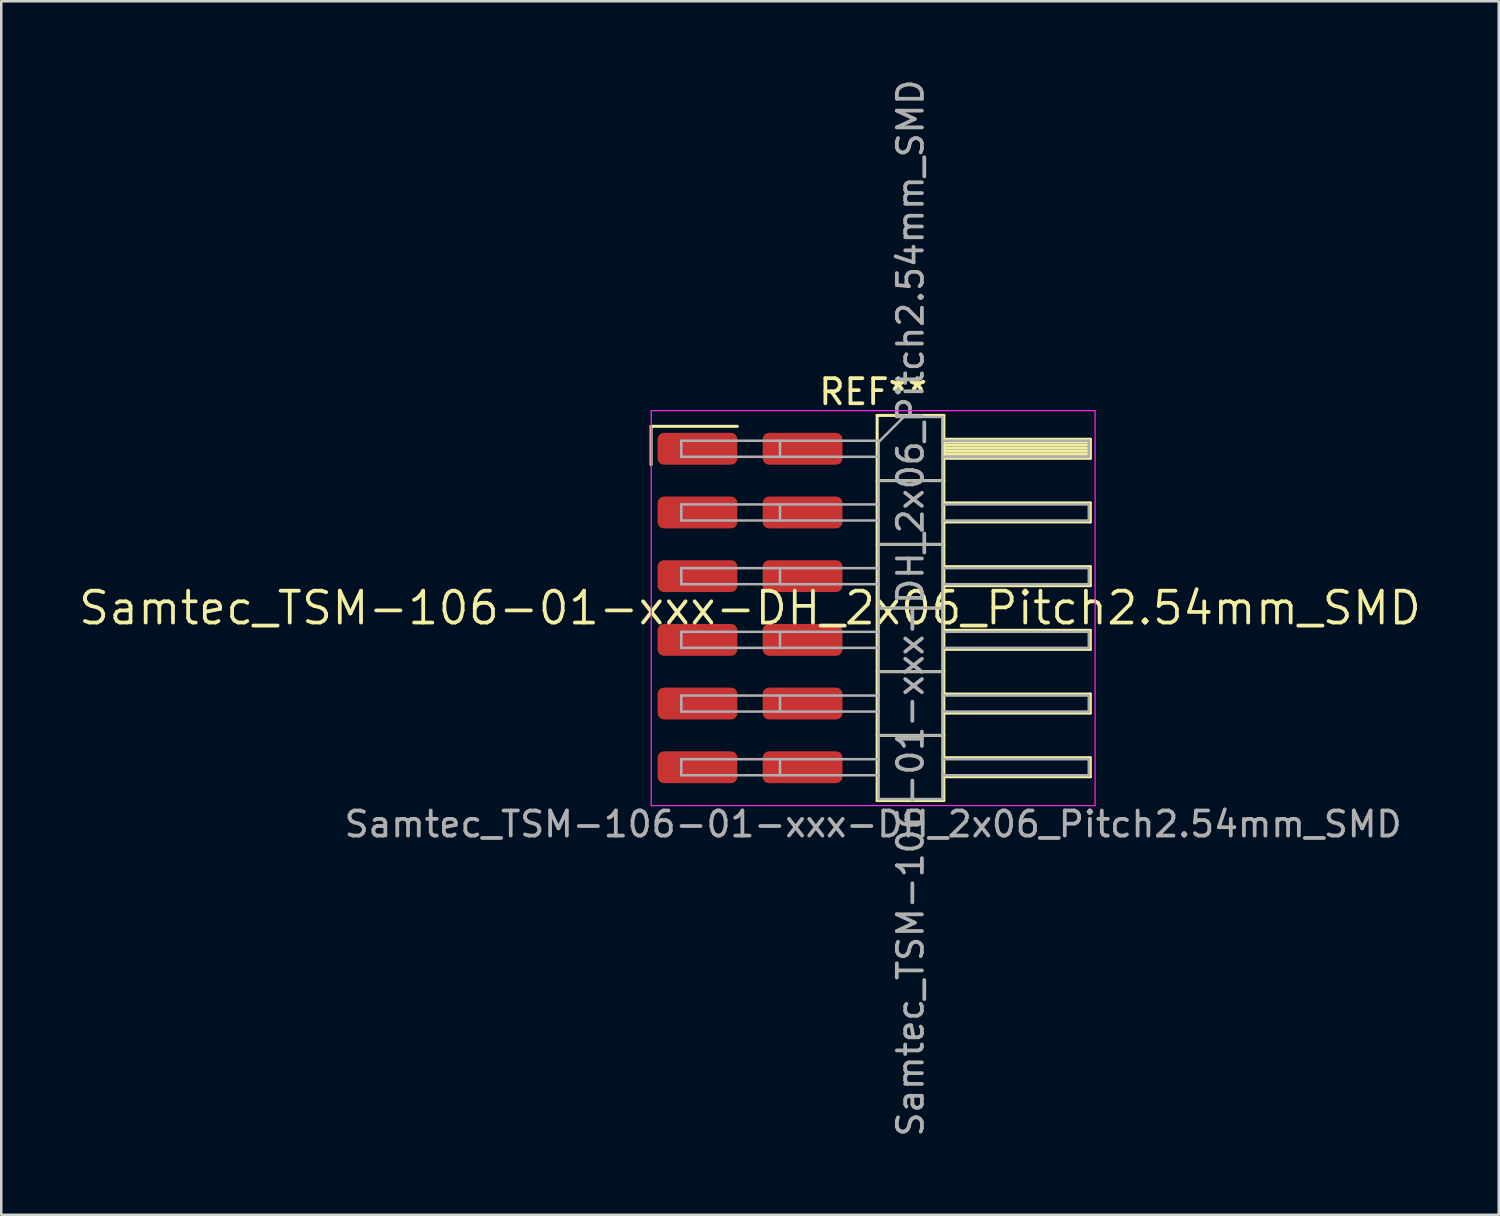
<source format=kicad_pcb>
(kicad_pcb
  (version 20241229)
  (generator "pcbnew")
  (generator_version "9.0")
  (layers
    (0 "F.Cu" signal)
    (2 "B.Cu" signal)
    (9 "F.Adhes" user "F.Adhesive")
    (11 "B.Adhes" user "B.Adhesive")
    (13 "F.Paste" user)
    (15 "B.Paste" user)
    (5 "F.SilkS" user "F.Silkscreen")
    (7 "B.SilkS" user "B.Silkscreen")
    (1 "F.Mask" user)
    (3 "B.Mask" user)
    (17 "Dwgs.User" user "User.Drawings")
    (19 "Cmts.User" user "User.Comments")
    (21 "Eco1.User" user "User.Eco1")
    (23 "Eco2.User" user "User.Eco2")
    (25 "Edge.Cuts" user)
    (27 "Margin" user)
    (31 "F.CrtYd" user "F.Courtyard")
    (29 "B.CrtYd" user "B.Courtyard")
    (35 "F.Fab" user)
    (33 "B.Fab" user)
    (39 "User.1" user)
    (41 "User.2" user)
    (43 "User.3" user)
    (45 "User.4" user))
  (footprint "Samtec_TSM-106-01-xxx-DH_2x06_Pitch2.54mm_SMD"
    (layer "F.Cu")
    (at 26.859 21.196)
    (property "Reference" "Samtec_TSM-106-01-xxx-DH_2x06_Pitch2.54mm_SMD" (at 0 0 0) (layer "F.SilkS") (effects (font (size 1.27 1.27) (thickness 0.15))))
    (attr smd)
    (fp_line (start -3.945 -7.245) (end -0.505 -7.245) (stroke (width 0.12) (type solid)) (layer "F.SilkS"))
    (fp_line (start -3.945 -5.715) (end -3.945 -7.245) (stroke (width 0.12) (type solid)) (layer "F.SilkS"))
    (fp_line (start 5.07 -7.68) (end 7.73 -7.68) (stroke (width 0.12) (type solid)) (layer "F.SilkS"))
    (fp_line (start 5.07 -5.08) (end 7.73 -5.08) (stroke (width 0.12) (type solid)) (layer "F.SilkS"))
    (fp_line (start 5.07 -2.54) (end 7.73 -2.54) (stroke (width 0.12) (type solid)) (layer "F.SilkS"))
    (fp_line (start 5.07 0) (end 7.73 0) (stroke (width 0.12) (type solid)) (layer "F.SilkS"))
    (fp_line (start 5.07 2.54) (end 7.73 2.54) (stroke (width 0.12) (type solid)) (layer "F.SilkS"))
    (fp_line (start 5.07 5.08) (end 7.73 5.08) (stroke (width 0.12) (type solid)) (layer "F.SilkS"))
    (fp_line (start 5.07 7.68) (end 5.07 -7.68) (stroke (width 0.12) (type solid)) (layer "F.SilkS"))
    (fp_line (start 7.73 -7.68) (end 7.73 7.68) (stroke (width 0.12) (type solid)) (layer "F.SilkS"))
    (fp_line (start 7.73 -6.73) (end 13.57 -6.73) (stroke (width 0.12) (type solid)) (layer "F.SilkS"))
    (fp_line (start 7.73 -6.61) (end 13.57 -6.61) (stroke (width 0.12) (type solid)) (layer "F.SilkS"))
    (fp_line (start 7.73 -6.49) (end 13.57 -6.49) (stroke (width 0.12) (type solid)) (layer "F.SilkS"))
    (fp_line (start 7.73 -6.37) (end 13.57 -6.37) (stroke (width 0.12) (type solid)) (layer "F.SilkS"))
    (fp_line (start 7.73 -6.25) (end 13.57 -6.25) (stroke (width 0.12) (type solid)) (layer "F.SilkS"))
    (fp_line (start 7.73 -6.13) (end 13.57 -6.13) (stroke (width 0.12) (type solid)) (layer "F.SilkS"))
    (fp_line (start 7.73 -6.01) (end 13.57 -6.01) (stroke (width 0.12) (type solid)) (layer "F.SilkS"))
    (fp_line (start 7.73 -5.97) (end 13.57 -5.97) (stroke (width 0.12) (type solid)) (layer "F.SilkS"))
    (fp_line (start 7.73 -4.19) (end 13.57 -4.19) (stroke (width 0.12) (type solid)) (layer "F.SilkS"))
    (fp_line (start 7.73 -3.43) (end 13.57 -3.43) (stroke (width 0.12) (type solid)) (layer "F.SilkS"))
    (fp_line (start 7.73 -1.65) (end 13.57 -1.65) (stroke (width 0.12) (type solid)) (layer "F.SilkS"))
    (fp_line (start 7.73 -0.89) (end 13.57 -0.89) (stroke (width 0.12) (type solid)) (layer "F.SilkS"))
    (fp_line (start 7.73 0.89) (end 13.57 0.89) (stroke (width 0.12) (type solid)) (layer "F.SilkS"))
    (fp_line (start 7.73 1.65) (end 13.57 1.65) (stroke (width 0.12) (type solid)) (layer "F.SilkS"))
    (fp_line (start 7.73 3.43) (end 13.57 3.43) (stroke (width 0.12) (type solid)) (layer "F.SilkS"))
    (fp_line (start 7.73 4.19) (end 13.57 4.19) (stroke (width 0.12) (type solid)) (layer "F.SilkS"))
    (fp_line (start 7.73 5.97) (end 13.57 5.97) (stroke (width 0.12) (type solid)) (layer "F.SilkS"))
    (fp_line (start 7.73 6.73) (end 13.57 6.73) (stroke (width 0.12) (type solid)) (layer "F.SilkS"))
    (fp_line (start 7.73 7.68) (end 5.07 7.68) (stroke (width 0.12) (type solid)) (layer "F.SilkS"))
    (fp_line (start 13.57 -6.73) (end 13.57 -5.97) (stroke (width 0.12) (type solid)) (layer "F.SilkS"))
    (fp_line (start 13.57 -4.19) (end 13.57 -3.43) (stroke (width 0.12) (type solid)) (layer "F.SilkS"))
    (fp_line (start 13.57 -1.65) (end 13.57 -0.89) (stroke (width 0.12) (type solid)) (layer "F.SilkS"))
    (fp_line (start 13.57 0.89) (end 13.57 1.65) (stroke (width 0.12) (type solid)) (layer "F.SilkS"))
    (fp_line (start 13.57 3.43) (end 13.57 4.19) (stroke (width 0.12) (type solid)) (layer "F.SilkS"))
    (fp_line (start 13.57 5.97) (end 13.57 6.73) (stroke (width 0.12) (type solid)) (layer "F.SilkS"))
    (fp_line (start -3.94 -7.87) (end 13.76 -7.87) (stroke (width 0.05) (type solid)) (layer "F.CrtYd"))
    (fp_line (start -3.94 7.88) (end -3.94 -7.87) (stroke (width 0.05) (type solid)) (layer "F.CrtYd"))
    (fp_line (start 13.76 -7.87) (end 13.76 7.88) (stroke (width 0.05) (type solid)) (layer "F.CrtYd"))
    (fp_line (start 13.76 7.88) (end -3.94 7.88) (stroke (width 0.05) (type solid)) (layer "F.CrtYd"))
    (fp_line (start -2.74 -6.67) (end -2.74 -6.03) (stroke (width 0.1) (type solid)) (layer "F.Fab"))
    (fp_line (start -2.74 -6.67) (end 5.13 -6.67) (stroke (width 0.1) (type solid)) (layer "F.Fab"))
    (fp_line (start -2.74 -6.03) (end 5.13 -6.03) (stroke (width 0.1) (type solid)) (layer "F.Fab"))
    (fp_line (start -2.74 -4.13) (end -2.74 -3.49) (stroke (width 0.1) (type solid)) (layer "F.Fab"))
    (fp_line (start -2.74 -4.13) (end 5.13 -4.13) (stroke (width 0.1) (type solid)) (layer "F.Fab"))
    (fp_line (start -2.74 -3.49) (end 5.13 -3.49) (stroke (width 0.1) (type solid)) (layer "F.Fab"))
    (fp_line (start -2.74 -1.59) (end -2.74 -0.95) (stroke (width 0.1) (type solid)) (layer "F.Fab"))
    (fp_line (start -2.74 -1.59) (end 5.13 -1.59) (stroke (width 0.1) (type solid)) (layer "F.Fab"))
    (fp_line (start -2.74 -0.95) (end 5.13 -0.95) (stroke (width 0.1) (type solid)) (layer "F.Fab"))
    (fp_line (start -2.74 0.95) (end -2.74 1.59) (stroke (width 0.1) (type solid)) (layer "F.Fab"))
    (fp_line (start -2.74 0.95) (end 5.13 0.95) (stroke (width 0.1) (type solid)) (layer "F.Fab"))
    (fp_line (start -2.74 1.59) (end 5.13 1.59) (stroke (width 0.1) (type solid)) (layer "F.Fab"))
    (fp_line (start -2.74 3.49) (end -2.74 4.13) (stroke (width 0.1) (type solid)) (layer "F.Fab"))
    (fp_line (start -2.74 3.49) (end 5.13 3.49) (stroke (width 0.1) (type solid)) (layer "F.Fab"))
    (fp_line (start -2.74 4.13) (end 5.13 4.13) (stroke (width 0.1) (type solid)) (layer "F.Fab"))
    (fp_line (start -2.74 6.03) (end -2.74 6.67) (stroke (width 0.1) (type solid)) (layer "F.Fab"))
    (fp_line (start -2.74 6.03) (end 5.13 6.03) (stroke (width 0.1) (type solid)) (layer "F.Fab"))
    (fp_line (start -2.74 6.67) (end 5.13 6.67) (stroke (width 0.1) (type solid)) (layer "F.Fab"))
    (fp_line (start 1.195 -6.67) (end 1.195 -6.03) (stroke (width 0.1) (type solid)) (layer "F.Fab"))
    (fp_line (start 1.195 -4.13) (end 1.195 -3.49) (stroke (width 0.1) (type solid)) (layer "F.Fab"))
    (fp_line (start 1.195 -1.59) (end 1.195 -0.95) (stroke (width 0.1) (type solid)) (layer "F.Fab"))
    (fp_line (start 1.195 0.95) (end 1.195 1.59) (stroke (width 0.1) (type solid)) (layer "F.Fab"))
    (fp_line (start 1.195 3.49) (end 1.195 4.13) (stroke (width 0.1) (type solid)) (layer "F.Fab"))
    (fp_line (start 1.195 6.03) (end 1.195 6.67) (stroke (width 0.1) (type solid)) (layer "F.Fab"))
    (fp_line (start 5.13 -6.62) (end 6.13 -7.62) (stroke (width 0.1) (type solid)) (layer "F.Fab"))
    (fp_line (start 5.13 -5.08) (end 7.67 -5.08) (stroke (width 0.1) (type solid)) (layer "F.Fab"))
    (fp_line (start 5.13 -2.54) (end 7.67 -2.54) (stroke (width 0.1) (type solid)) (layer "F.Fab"))
    (fp_line (start 5.13 0) (end 7.67 0) (stroke (width 0.1) (type solid)) (layer "F.Fab"))
    (fp_line (start 5.13 2.54) (end 7.67 2.54) (stroke (width 0.1) (type solid)) (layer "F.Fab"))
    (fp_line (start 5.13 5.08) (end 7.67 5.08) (stroke (width 0.1) (type solid)) (layer "F.Fab"))
    (fp_line (start 5.13 7.62) (end 5.13 -6.62) (stroke (width 0.1) (type solid)) (layer "F.Fab"))
    (fp_line (start 6.13 -7.62) (end 7.67 -7.62) (stroke (width 0.1) (type solid)) (layer "F.Fab"))
    (fp_line (start 7.67 -7.62) (end 7.67 7.62) (stroke (width 0.1) (type solid)) (layer "F.Fab"))
    (fp_line (start 7.67 -6.67) (end 13.51 -6.67) (stroke (width 0.1) (type solid)) (layer "F.Fab"))
    (fp_line (start 7.67 -6.03) (end 13.51 -6.03) (stroke (width 0.1) (type solid)) (layer "F.Fab"))
    (fp_line (start 7.67 -4.13) (end 13.51 -4.13) (stroke (width 0.1) (type solid)) (layer "F.Fab"))
    (fp_line (start 7.67 -3.49) (end 13.51 -3.49) (stroke (width 0.1) (type solid)) (layer "F.Fab"))
    (fp_line (start 7.67 -1.59) (end 13.51 -1.59) (stroke (width 0.1) (type solid)) (layer "F.Fab"))
    (fp_line (start 7.67 -0.95) (end 13.51 -0.95) (stroke (width 0.1) (type solid)) (layer "F.Fab"))
    (fp_line (start 7.67 0.95) (end 13.51 0.95) (stroke (width 0.1) (type solid)) (layer "F.Fab"))
    (fp_line (start 7.67 1.59) (end 13.51 1.59) (stroke (width 0.1) (type solid)) (layer "F.Fab"))
    (fp_line (start 7.67 3.49) (end 13.51 3.49) (stroke (width 0.1) (type solid)) (layer "F.Fab"))
    (fp_line (start 7.67 4.13) (end 13.51 4.13) (stroke (width 0.1) (type solid)) (layer "F.Fab"))
    (fp_line (start 7.67 6.03) (end 13.51 6.03) (stroke (width 0.1) (type solid)) (layer "F.Fab"))
    (fp_line (start 7.67 6.67) (end 13.51 6.67) (stroke (width 0.1) (type solid)) (layer "F.Fab"))
    (fp_line (start 7.67 7.62) (end 5.13 7.62) (stroke (width 0.1) (type solid)) (layer "F.Fab"))
    (fp_line (start 13.51 -6.67) (end 13.51 -6.03) (stroke (width 0.1) (type solid)) (layer "F.Fab"))
    (fp_line (start 13.51 -4.13) (end 13.51 -3.49) (stroke (width 0.1) (type solid)) (layer "F.Fab"))
    (fp_line (start 13.51 -1.59) (end 13.51 -0.95) (stroke (width 0.1) (type solid)) (layer "F.Fab"))
    (fp_line (start 13.51 0.95) (end 13.51 1.59) (stroke (width 0.1) (type solid)) (layer "F.Fab"))
    (fp_line (start 13.51 3.49) (end 13.51 4.13) (stroke (width 0.1) (type solid)) (layer "F.Fab"))
    (fp_line (start 13.51 6.03) (end 13.51 6.67) (stroke (width 0.1) (type solid)) (layer "F.Fab"))
    (fp_text user "REF**" (at 4.91 -8.62 0) (layer "F.SilkS") (effects (font (size 1 1) (thickness 0.15))))
    (fp_text user "Samtec_TSM-106-01-xxx-DH_2x06_Pitch2.54mm_SMD" (at 4.91 8.62 0) (layer "F.Fab") (effects (font (size 1 1) (thickness 0.15))))
    (fp_text user "${REFERENCE}" (at 6.4 0 90) (layer "F.Fab") (effects (font (size 1 1) (thickness 0.15))))
    (pad "1" smd roundrect (at -2.095 -6.35) (size 3.18 1.27) (layers "F.Cu" "F.Mask" "F.Paste") (roundrect_rratio 0.197))
    (pad "2" smd roundrect (at 2.095 -6.35) (size 3.18 1.27) (layers "F.Cu" "F.Mask" "F.Paste") (roundrect_rratio 0.197))
    (pad "3" smd roundrect (at -2.095 -3.81) (size 3.18 1.27) (layers "F.Cu" "F.Mask" "F.Paste") (roundrect_rratio 0.197))
    (pad "4" smd roundrect (at 2.095 -3.81) (size 3.18 1.27) (layers "F.Cu" "F.Mask" "F.Paste") (roundrect_rratio 0.197))
    (pad "5" smd roundrect (at -2.095 -1.27) (size 3.18 1.27) (layers "F.Cu" "F.Mask" "F.Paste") (roundrect_rratio 0.197))
    (pad "6" smd roundrect (at 2.095 -1.27) (size 3.18 1.27) (layers "F.Cu" "F.Mask" "F.Paste") (roundrect_rratio 0.197))
    (pad "7" smd roundrect (at -2.095 1.27) (size 3.18 1.27) (layers "F.Cu" "F.Mask" "F.Paste") (roundrect_rratio 0.197))
    (pad "8" smd roundrect (at 2.095 1.27) (size 3.18 1.27) (layers "F.Cu" "F.Mask" "F.Paste") (roundrect_rratio 0.197))
    (pad "9" smd roundrect (at -2.095 3.81) (size 3.18 1.27) (layers "F.Cu" "F.Mask" "F.Paste") (roundrect_rratio 0.197))
    (pad "10" smd roundrect (at 2.095 3.81) (size 3.18 1.27) (layers "F.Cu" "F.Mask" "F.Paste") (roundrect_rratio 0.197))
    (pad "11" smd roundrect (at -2.095 6.35) (size 3.18 1.27) (layers "F.Cu" "F.Mask" "F.Paste") (roundrect_rratio 0.197))
    (pad "12" smd roundrect (at 2.095 6.35) (size 3.18 1.27) (layers "F.Cu" "F.Mask" "F.Paste") (roundrect_rratio 0.197)))
  (gr_rect
    (start -3 -3)
    (end 56.717 45.393)
    (stroke (width 0.1) (type default))
    (fill no)
    (layer "Edge.Cuts")))
</source>
